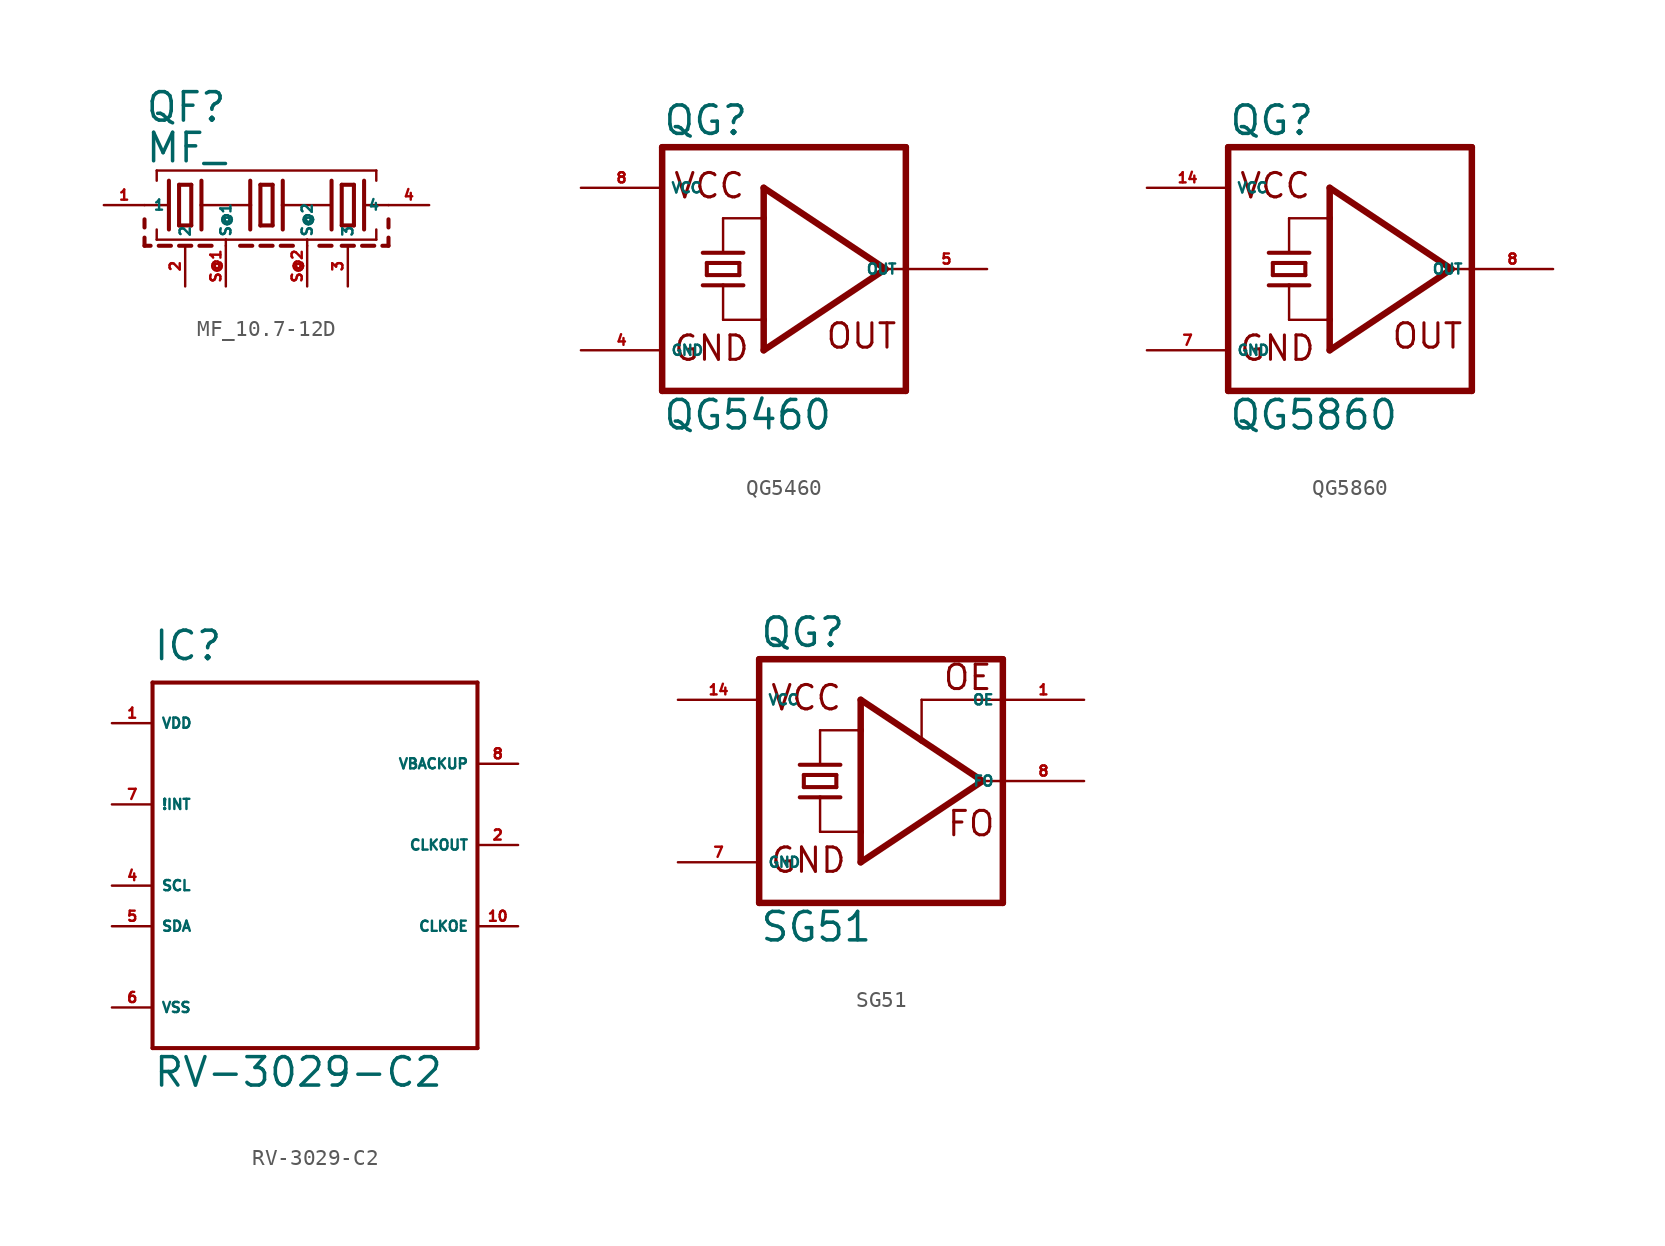
<source format=kicad_sym>
(kicad_symbol_lib
  (version 20220914)
  (generator Eagle2Kicad)
  (symbol "MF_10.7-12D"
    (property "Reference" "QF"
      (at -7.62 5.08 0)
      (effects (font (size 1.778 1.778) (thickness 0.22)) (justify left bottom)))
    (property "Value" "MF_"
      (at -7.62 2.54 0)
      (effects (font (size 1.778 1.778) (thickness 0.22)) (justify left bottom)))
    (polyline
      (pts (xy 6.096 0) (xy 7.62 0))
      (stroke (width 0.152) (type default))
      (fill (type none)))
    (polyline
      (pts (xy -7.62 0) (xy -6.096 0))
      (stroke (width 0.152) (type default))
      (fill (type none)))
    (polyline
      (pts (xy -0.381 1.27) (xy -0.381 -1.27))
      (stroke (width 0.254) (type default))
      (fill (type none)))
    (polyline
      (pts (xy -0.381 -1.27) (xy 0.381 -1.27))
      (stroke (width 0.254) (type default))
      (fill (type none)))
    (polyline
      (pts (xy 0.381 -1.27) (xy 0.381 1.27))
      (stroke (width 0.254) (type default))
      (fill (type none)))
    (polyline
      (pts (xy 0.381 1.27) (xy -0.381 1.27))
      (stroke (width 0.254) (type default))
      (fill (type none)))
    (polyline
      (pts (xy 6.096 1.524) (xy 6.096 -1.524))
      (stroke (width 0.254) (type default))
      (fill (type none)))
    (polyline
      (pts (xy -6.096 1.524) (xy -6.096 -1.524))
      (stroke (width 0.254) (type default))
      (fill (type none)))
    (polyline
      (pts (xy -6.858 1.524) (xy -6.858 2.159))
      (stroke (width 0.152) (type default))
      (fill (type none)))
    (polyline
      (pts (xy -6.858 2.159) (xy 6.858 2.159))
      (stroke (width 0.152) (type default))
      (fill (type none)))
    (polyline
      (pts (xy 6.858 2.159) (xy 6.858 1.524))
      (stroke (width 0.152) (type default))
      (fill (type none)))
    (polyline
      (pts (xy 6.858 -1.524) (xy 6.858 -2.159))
      (stroke (width 0.152) (type default))
      (fill (type none)))
    (polyline
      (pts (xy -6.858 -2.159) (xy -2.54 -2.159))
      (stroke (width 0.152) (type default))
      (fill (type none)))
    (polyline
      (pts (xy -2.54 -2.159) (xy 2.54 -2.159))
      (stroke (width 0.152) (type default))
      (fill (type none)))
    (polyline
      (pts (xy 2.54 -2.159) (xy 6.858 -2.159))
      (stroke (width 0.152) (type default))
      (fill (type none)))
    (polyline
      (pts (xy -6.858 -2.159) (xy -6.858 -1.524))
      (stroke (width 0.152) (type default))
      (fill (type none)))
    (polyline
      (pts (xy -1.016 1.524) (xy -1.016 0))
      (stroke (width 0.254) (type default))
      (fill (type none)))
    (polyline
      (pts (xy -1.016 0) (xy -1.016 -1.524))
      (stroke (width 0.254) (type default))
      (fill (type none)))
    (polyline
      (pts (xy 1.016 1.524) (xy 1.016 0))
      (stroke (width 0.254) (type default))
      (fill (type none)))
    (polyline
      (pts (xy 1.016 0) (xy 1.016 -1.524))
      (stroke (width 0.254) (type default))
      (fill (type none)))
    (polyline
      (pts (xy -4.699 1.27) (xy -5.461 1.27))
      (stroke (width 0.254) (type default))
      (fill (type none)))
    (polyline
      (pts (xy -5.461 -1.27) (xy -4.699 -1.27))
      (stroke (width 0.254) (type default))
      (fill (type none)))
    (polyline
      (pts (xy -5.461 1.27) (xy -5.461 -1.27))
      (stroke (width 0.254) (type default))
      (fill (type none)))
    (polyline
      (pts (xy -4.699 -1.27) (xy -4.699 1.27))
      (stroke (width 0.254) (type default))
      (fill (type none)))
    (polyline
      (pts (xy 5.461 -1.27) (xy 5.461 1.27))
      (stroke (width 0.254) (type default))
      (fill (type none)))
    (polyline
      (pts (xy 4.699 1.27) (xy 4.699 -1.27))
      (stroke (width 0.254) (type default))
      (fill (type none)))
    (polyline
      (pts (xy 5.461 1.27) (xy 4.699 1.27))
      (stroke (width 0.254) (type default))
      (fill (type none)))
    (polyline
      (pts (xy 4.699 -1.27) (xy 5.461 -1.27))
      (stroke (width 0.254) (type default))
      (fill (type none)))
    (polyline
      (pts (xy 4.064 1.524) (xy 4.064 -1.524))
      (stroke (width 0.254) (type default))
      (fill (type none)))
    (polyline
      (pts (xy -4.064 1.524) (xy -4.064 0))
      (stroke (width 0.254) (type default))
      (fill (type none)))
    (polyline
      (pts (xy -4.064 0) (xy -4.064 -1.524))
      (stroke (width 0.254) (type default))
      (fill (type none)))
    (polyline
      (pts (xy -4.064 0) (xy -1.016 0))
      (stroke (width 0.152) (type default))
      (fill (type none)))
    (polyline
      (pts (xy 1.016 0) (xy 4.064 0))
      (stroke (width 0.152) (type default))
      (fill (type none)))
    (polyline
      (pts (xy -7.62 -2.032) (xy -7.62 -2.54))
      (stroke (width 0.254) (type default))
      (fill (type none)))
    (polyline
      (pts (xy -7.62 -2.54) (xy -7.239 -2.54))
      (stroke (width 0.254) (type default))
      (fill (type none)))
    (polyline
      (pts (xy -5.461 -2.54) (xy -4.699 -2.54))
      (stroke (width 0.254) (type default))
      (fill (type none)))
    (polyline
      (pts (xy -6.731 -2.54) (xy -5.969 -2.54))
      (stroke (width 0.254) (type default))
      (fill (type none)))
    (polyline
      (pts (xy 4.699 -2.54) (xy 5.461 -2.54))
      (stroke (width 0.254) (type default))
      (fill (type none)))
    (polyline
      (pts (xy -4.191 -2.54) (xy -3.429 -2.54))
      (stroke (width 0.254) (type default))
      (fill (type none)))
    (polyline
      (pts (xy -1.651 -2.54) (xy -0.889 -2.54))
      (stroke (width 0.254) (type default))
      (fill (type none)))
    (polyline
      (pts (xy -0.381 -2.54) (xy 0.381 -2.54))
      (stroke (width 0.254) (type default))
      (fill (type none)))
    (polyline
      (pts (xy 0.889 -2.54) (xy 1.651 -2.54))
      (stroke (width 0.254) (type default))
      (fill (type none)))
    (polyline
      (pts (xy 3.302 -2.54) (xy 4.064 -2.54))
      (stroke (width 0.254) (type default))
      (fill (type none)))
    (polyline
      (pts (xy -2.54 -2.54) (xy -2.54 -2.159))
      (stroke (width 0.152) (type default))
      (fill (type none)))
    (polyline
      (pts (xy 2.54 -2.54) (xy 2.54 -2.159))
      (stroke (width 0.152) (type default))
      (fill (type none)))
    (polyline
      (pts (xy 7.62 -2.54) (xy 7.239 -2.54))
      (stroke (width 0.254) (type default))
      (fill (type none)))
    (polyline
      (pts (xy 6.731 -2.54) (xy 5.969 -2.54))
      (stroke (width 0.254) (type default))
      (fill (type none)))
    (polyline
      (pts (xy 7.62 -2.032) (xy 7.62 -2.54))
      (stroke (width 0.254) (type default))
      (fill (type none)))
    (polyline
      (pts (xy -7.62 -0.889) (xy -7.62 -1.397))
      (stroke (width 0.254) (type default))
      (fill (type none)))
    (polyline
      (pts (xy 7.62 -0.889) (xy 7.62 -1.397))
      (stroke (width 0.254) (type default))
      (fill (type none)))
    (pin passive line
      (at 10.16 0 180)
      (length 2.54)
      (name "4" (effects (font (size 0.635 0.635) (thickness 0.08)) (justify left bottom)))
      (number "4" (effects (font (size 0.635 0.635) (thickness 0.08)) (justify left bottom))))
    (pin passive line
      (at -10.16 0 0)
      (length 2.54)
      (name "1" (effects (font (size 0.635 0.635) (thickness 0.08)) (justify left bottom)))
      (number "1" (effects (font (size 0.635 0.635) (thickness 0.08)) (justify left bottom))))
    (pin passive line
      (at -5.08 -5.08 90)
      (length 2.54)
      (name "2" (effects (font (size 0.635 0.635) (thickness 0.08)) (justify left bottom)))
      (number "2" (effects (font (size 0.635 0.635) (thickness 0.08)) (justify left bottom))))
    (pin passive line
      (at 5.08 -5.08 90)
      (length 2.54)
      (name "3" (effects (font (size 0.635 0.635) (thickness 0.08)) (justify left bottom)))
      (number "3" (effects (font (size 0.635 0.635) (thickness 0.08)) (justify left bottom))))
    (pin passive line
      (at -2.54 -5.08 90)
      (length 2.54)
      (name "S@1" (effects (font (size 0.635 0.635) (thickness 0.08)) (justify left bottom)))
      (number "S@1" (effects (font (size 0.635 0.635) (thickness 0.08)) (justify left bottom))))
    (pin passive line
      (at 2.54 -5.08 90)
      (length 2.54)
      (name "S@2" (effects (font (size 0.635 0.635) (thickness 0.08)) (justify left bottom)))
      (number "S@2" (effects (font (size 0.635 0.635) (thickness 0.08)) (justify left bottom)))))
  (symbol "QG5460"
    (property "Reference" "QG"
      (at -7.62 8.255 0)
      (effects (font (size 1.778 1.778) (thickness 0.22)) (justify left bottom)))
    (property "Value" "QG5460"
      (at -7.62 -10.16 0)
      (effects (font (size 1.778 1.778) (thickness 0.22)) (justify left bottom)))
    (polyline
      (pts (xy -7.62 7.62) (xy -7.62 -7.62))
      (stroke (width 0.406) (type default))
      (fill (type none)))
    (polyline
      (pts (xy 7.62 -7.62) (xy -7.62 -7.62))
      (stroke (width 0.406) (type default))
      (fill (type none)))
    (polyline
      (pts (xy 7.62 -7.62) (xy 7.62 0))
      (stroke (width 0.406) (type default))
      (fill (type none)))
    (polyline
      (pts (xy 7.62 0) (xy 7.62 7.62))
      (stroke (width 0.406) (type default))
      (fill (type none)))
    (polyline
      (pts (xy -7.62 7.62) (xy 7.62 7.62))
      (stroke (width 0.406) (type default))
      (fill (type none)))
    (polyline
      (pts (xy -4.826 -0.381) (xy -4.826 0.381))
      (stroke (width 0.254) (type default))
      (fill (type none)))
    (polyline
      (pts (xy -4.826 0.381) (xy -2.794 0.381))
      (stroke (width 0.254) (type default))
      (fill (type none)))
    (polyline
      (pts (xy -2.794 0.381) (xy -2.794 -0.381))
      (stroke (width 0.254) (type default))
      (fill (type none)))
    (polyline
      (pts (xy -4.826 -0.381) (xy -2.794 -0.381))
      (stroke (width 0.254) (type default))
      (fill (type none)))
    (polyline
      (pts (xy -5.08 -1.016) (xy -3.81 -1.016))
      (stroke (width 0.254) (type default))
      (fill (type none)))
    (polyline
      (pts (xy -3.81 -1.016) (xy -2.54 -1.016))
      (stroke (width 0.254) (type default))
      (fill (type none)))
    (polyline
      (pts (xy -3.81 1.016) (xy -3.81 3.175))
      (stroke (width 0.152) (type default))
      (fill (type none)))
    (polyline
      (pts (xy -3.81 -3.175) (xy -3.81 -1.016))
      (stroke (width 0.152) (type default))
      (fill (type none)))
    (polyline
      (pts (xy -1.27 5.08) (xy 6.35 0))
      (stroke (width 0.406) (type default))
      (fill (type none)))
    (polyline
      (pts (xy 6.35 0) (xy -1.27 -5.08))
      (stroke (width 0.406) (type default))
      (fill (type none)))
    (polyline
      (pts (xy -1.27 -5.08) (xy -1.27 -3.175))
      (stroke (width 0.406) (type default))
      (fill (type none)))
    (polyline
      (pts (xy -1.27 -3.175) (xy -1.27 3.175))
      (stroke (width 0.406) (type default))
      (fill (type none)))
    (polyline
      (pts (xy -1.27 3.175) (xy -1.27 5.08))
      (stroke (width 0.406) (type default))
      (fill (type none)))
    (polyline
      (pts (xy -3.81 3.175) (xy -1.27 3.175))
      (stroke (width 0.152) (type default))
      (fill (type none)))
    (polyline
      (pts (xy -3.81 -3.175) (xy -1.27 -3.175))
      (stroke (width 0.152) (type default))
      (fill (type none)))
    (polyline
      (pts (xy 6.35 0) (xy 7.62 0))
      (stroke (width 0.152) (type default))
      (fill (type none)))
    (polyline
      (pts (xy -5.08 1.016) (xy -2.54 1.016))
      (stroke (width 0.254) (type default))
      (fill (type none)))
    (text "GND"
      (at -6.985 -5.842 0)
      (effects (font (size 1.524 1.524) (thickness 0.19)) (justify left bottom)))
    (text "VCC"
      (at -6.985 4.318 0)
      (effects (font (size 1.524 1.524) (thickness 0.19)) (justify left bottom)))
    (text "OUT"
      (at 2.54 -5.08 0)
      (effects (font (size 1.524 1.524) (thickness 0.19)) (justify left bottom)))
    (pin unspecified line
      (at -12.7 -5.08 0)
      (length 5.08)
      (name "GND" (effects (font (size 0.635 0.635) (thickness 0.08)) (justify left bottom)))
      (number "4" (effects (font (size 0.635 0.635) (thickness 0.08)) (justify left bottom))))
    (pin unspecified line
      (at -12.7 5.08 0)
      (length 5.08)
      (name "VCC" (effects (font (size 0.635 0.635) (thickness 0.08)) (justify left bottom)))
      (number "8" (effects (font (size 0.635 0.635) (thickness 0.08)) (justify left bottom))))
    (pin output line
      (at 12.7 0 180)
      (length 5.08)
      (name "OUT" (effects (font (size 0.635 0.635) (thickness 0.08)) (justify left bottom)))
      (number "5" (effects (font (size 0.635 0.635) (thickness 0.08)) (justify left bottom)))))
  (symbol "QG5860"
    (property "Reference" "QG"
      (at -7.62 8.255 0)
      (effects (font (size 1.778 1.778) (thickness 0.22)) (justify left bottom)))
    (property "Value" "QG5860"
      (at -7.62 -10.16 0)
      (effects (font (size 1.778 1.778) (thickness 0.22)) (justify left bottom)))
    (polyline
      (pts (xy -7.62 7.62) (xy -7.62 -7.62))
      (stroke (width 0.406) (type default))
      (fill (type none)))
    (polyline
      (pts (xy 7.62 -7.62) (xy -7.62 -7.62))
      (stroke (width 0.406) (type default))
      (fill (type none)))
    (polyline
      (pts (xy 7.62 -7.62) (xy 7.62 0))
      (stroke (width 0.406) (type default))
      (fill (type none)))
    (polyline
      (pts (xy 7.62 0) (xy 7.62 7.62))
      (stroke (width 0.406) (type default))
      (fill (type none)))
    (polyline
      (pts (xy -7.62 7.62) (xy 7.62 7.62))
      (stroke (width 0.406) (type default))
      (fill (type none)))
    (polyline
      (pts (xy -4.826 -0.381) (xy -4.826 0.381))
      (stroke (width 0.254) (type default))
      (fill (type none)))
    (polyline
      (pts (xy -4.826 0.381) (xy -2.794 0.381))
      (stroke (width 0.254) (type default))
      (fill (type none)))
    (polyline
      (pts (xy -2.794 0.381) (xy -2.794 -0.381))
      (stroke (width 0.254) (type default))
      (fill (type none)))
    (polyline
      (pts (xy -4.826 -0.381) (xy -2.794 -0.381))
      (stroke (width 0.254) (type default))
      (fill (type none)))
    (polyline
      (pts (xy -5.08 -1.016) (xy -3.81 -1.016))
      (stroke (width 0.254) (type default))
      (fill (type none)))
    (polyline
      (pts (xy -3.81 -1.016) (xy -2.54 -1.016))
      (stroke (width 0.254) (type default))
      (fill (type none)))
    (polyline
      (pts (xy -3.81 1.016) (xy -3.81 3.175))
      (stroke (width 0.152) (type default))
      (fill (type none)))
    (polyline
      (pts (xy -3.81 -3.175) (xy -3.81 -1.016))
      (stroke (width 0.152) (type default))
      (fill (type none)))
    (polyline
      (pts (xy -1.27 5.08) (xy 6.35 0))
      (stroke (width 0.406) (type default))
      (fill (type none)))
    (polyline
      (pts (xy 6.35 0) (xy -1.27 -5.08))
      (stroke (width 0.406) (type default))
      (fill (type none)))
    (polyline
      (pts (xy -1.27 -5.08) (xy -1.27 -3.175))
      (stroke (width 0.406) (type default))
      (fill (type none)))
    (polyline
      (pts (xy -1.27 -3.175) (xy -1.27 3.175))
      (stroke (width 0.406) (type default))
      (fill (type none)))
    (polyline
      (pts (xy -1.27 3.175) (xy -1.27 5.08))
      (stroke (width 0.406) (type default))
      (fill (type none)))
    (polyline
      (pts (xy -3.81 3.175) (xy -1.27 3.175))
      (stroke (width 0.152) (type default))
      (fill (type none)))
    (polyline
      (pts (xy -3.81 -3.175) (xy -1.27 -3.175))
      (stroke (width 0.152) (type default))
      (fill (type none)))
    (polyline
      (pts (xy 6.35 0) (xy 7.62 0))
      (stroke (width 0.152) (type default))
      (fill (type none)))
    (polyline
      (pts (xy -5.08 1.016) (xy -2.54 1.016))
      (stroke (width 0.254) (type default))
      (fill (type none)))
    (text "GND"
      (at -6.985 -5.842 0)
      (effects (font (size 1.524 1.524) (thickness 0.19)) (justify left bottom)))
    (text "VCC"
      (at -6.985 4.318 0)
      (effects (font (size 1.524 1.524) (thickness 0.19)) (justify left bottom)))
    (text "OUT"
      (at 2.54 -5.08 0)
      (effects (font (size 1.524 1.524) (thickness 0.19)) (justify left bottom)))
    (pin unspecified line
      (at -12.7 -5.08 0)
      (length 5.08)
      (name "GND" (effects (font (size 0.635 0.635) (thickness 0.08)) (justify left bottom)))
      (number "7" (effects (font (size 0.635 0.635) (thickness 0.08)) (justify left bottom))))
    (pin unspecified line
      (at -12.7 5.08 0)
      (length 5.08)
      (name "VCC" (effects (font (size 0.635 0.635) (thickness 0.08)) (justify left bottom)))
      (number "14" (effects (font (size 0.635 0.635) (thickness 0.08)) (justify left bottom))))
    (pin output line
      (at 12.7 0 180)
      (length 5.08)
      (name "OUT" (effects (font (size 0.635 0.635) (thickness 0.08)) (justify left bottom)))
      (number "8" (effects (font (size 0.635 0.635) (thickness 0.08)) (justify left bottom)))))
  (symbol "RV-3029-C2"
    (property "Reference" "IC"
      (at -10.16 11.43 0)
      (effects (font (size 1.778 1.778) (thickness 0.22)) (justify left bottom)))
    (property "Value" "RV-3029-C2"
      (at -10.16 -15.24 0)
      (effects (font (size 1.778 1.778) (thickness 0.22)) (justify left bottom)))
    (polyline
      (pts (xy -10.16 10.16) (xy -10.16 -12.7))
      (stroke (width 0.254) (type default))
      (fill (type none)))
    (polyline
      (pts (xy -10.16 -12.7) (xy 10.16 -12.7))
      (stroke (width 0.254) (type default))
      (fill (type none)))
    (polyline
      (pts (xy 10.16 -12.7) (xy 10.16 10.16))
      (stroke (width 0.254) (type default))
      (fill (type none)))
    (polyline
      (pts (xy 10.16 10.16) (xy -10.16 10.16))
      (stroke (width 0.254) (type default))
      (fill (type none)))
    (pin output line
      (at 12.7 0 180)
      (length 2.54)
      (name "CLKOUT" (effects (font (size 0.635 0.635) (thickness 0.08)) (justify left bottom)))
      (number "2" (effects (font (size 0.635 0.635) (thickness 0.08)) (justify left bottom))))
    (pin input line
      (at 12.7 -5.08 180)
      (length 2.54)
      (name "CLKOE" (effects (font (size 0.635 0.635) (thickness 0.08)) (justify left bottom)))
      (number "10" (effects (font (size 0.635 0.635) (thickness 0.08)) (justify left bottom))))
    (pin input line
      (at -12.7 2.54 0)
      (length 2.54)
      (name "!INT" (effects (font (size 0.635 0.635) (thickness 0.08)) (justify left bottom)))
      (number "7" (effects (font (size 0.635 0.635) (thickness 0.08)) (justify left bottom))))
    (pin input line
      (at -12.7 -2.54 0)
      (length 2.54)
      (name "SCL" (effects (font (size 0.635 0.635) (thickness 0.08)) (justify left bottom)))
      (number "4" (effects (font (size 0.635 0.635) (thickness 0.08)) (justify left bottom))))
    (pin bidirectional line
      (at -12.7 -5.08 0)
      (length 2.54)
      (name "SDA" (effects (font (size 0.635 0.635) (thickness 0.08)) (justify left bottom)))
      (number "5" (effects (font (size 0.635 0.635) (thickness 0.08)) (justify left bottom))))
    (pin unspecified line
      (at -12.7 -10.16 0)
      (length 2.54)
      (name "VSS" (effects (font (size 0.635 0.635) (thickness 0.08)) (justify left bottom)))
      (number "6" (effects (font (size 0.635 0.635) (thickness 0.08)) (justify left bottom))))
    (pin unspecified line
      (at -12.7 7.62 0)
      (length 2.54)
      (name "VDD" (effects (font (size 0.635 0.635) (thickness 0.08)) (justify left bottom)))
      (number "1" (effects (font (size 0.635 0.635) (thickness 0.08)) (justify left bottom))))
    (pin input line
      (at 12.7 5.08 180)
      (length 2.54)
      (name "VBACKUP" (effects (font (size 0.635 0.635) (thickness 0.08)) (justify left bottom)))
      (number "8" (effects (font (size 0.635 0.635) (thickness 0.08)) (justify left bottom)))))
  (symbol "SG51"
    (property "Reference" "QG"
      (at -7.62 8.255 0)
      (effects (font (size 1.778 1.778) (thickness 0.22)) (justify left bottom)))
    (property "Value" "SG51"
      (at -7.62 -10.16 0)
      (effects (font (size 1.778 1.778) (thickness 0.22)) (justify left bottom)))
    (polyline
      (pts (xy -7.62 7.62) (xy -7.62 -7.62))
      (stroke (width 0.406) (type default))
      (fill (type none)))
    (polyline
      (pts (xy 7.62 -7.62) (xy -7.62 -7.62))
      (stroke (width 0.406) (type default))
      (fill (type none)))
    (polyline
      (pts (xy 7.62 -7.62) (xy 7.62 0))
      (stroke (width 0.406) (type default))
      (fill (type none)))
    (polyline
      (pts (xy 7.62 0) (xy 7.62 5.08))
      (stroke (width 0.406) (type default))
      (fill (type none)))
    (polyline
      (pts (xy 7.62 5.08) (xy 7.62 7.62))
      (stroke (width 0.406) (type default))
      (fill (type none)))
    (polyline
      (pts (xy -7.62 7.62) (xy 7.62 7.62))
      (stroke (width 0.406) (type default))
      (fill (type none)))
    (polyline
      (pts (xy -1.27 5.08) (xy 2.54 2.54))
      (stroke (width 0.406) (type default))
      (fill (type none)))
    (polyline
      (pts (xy 2.54 2.54) (xy 6.35 0))
      (stroke (width 0.406) (type default))
      (fill (type none)))
    (polyline
      (pts (xy 6.35 0) (xy -1.27 -5.08))
      (stroke (width 0.406) (type default))
      (fill (type none)))
    (polyline
      (pts (xy -1.27 -5.08) (xy -1.27 -3.175))
      (stroke (width 0.406) (type default))
      (fill (type none)))
    (polyline
      (pts (xy -1.27 -3.175) (xy -1.27 3.175))
      (stroke (width 0.406) (type default))
      (fill (type none)))
    (polyline
      (pts (xy -1.27 3.175) (xy -1.27 5.08))
      (stroke (width 0.406) (type default))
      (fill (type none)))
    (polyline
      (pts (xy -3.81 3.175) (xy -1.27 3.175))
      (stroke (width 0.152) (type default))
      (fill (type none)))
    (polyline
      (pts (xy -3.81 -3.175) (xy -1.27 -3.175))
      (stroke (width 0.152) (type default))
      (fill (type none)))
    (polyline
      (pts (xy 6.35 0) (xy 7.62 0))
      (stroke (width 0.152) (type default))
      (fill (type none)))
    (polyline
      (pts (xy 7.62 5.08) (xy 2.54 5.08))
      (stroke (width 0.152) (type default))
      (fill (type none)))
    (polyline
      (pts (xy 2.54 5.08) (xy 2.54 2.54))
      (stroke (width 0.152) (type default))
      (fill (type none)))
    (polyline
      (pts (xy -4.826 -0.381) (xy -4.826 0.381))
      (stroke (width 0.254) (type default))
      (fill (type none)))
    (polyline
      (pts (xy -4.826 0.381) (xy -2.794 0.381))
      (stroke (width 0.254) (type default))
      (fill (type none)))
    (polyline
      (pts (xy -2.794 0.381) (xy -2.794 -0.381))
      (stroke (width 0.254) (type default))
      (fill (type none)))
    (polyline
      (pts (xy -4.826 -0.381) (xy -2.794 -0.381))
      (stroke (width 0.254) (type default))
      (fill (type none)))
    (polyline
      (pts (xy -5.08 -1.016) (xy -3.81 -1.016))
      (stroke (width 0.254) (type default))
      (fill (type none)))
    (polyline
      (pts (xy -3.81 -1.016) (xy -2.54 -1.016))
      (stroke (width 0.254) (type default))
      (fill (type none)))
    (polyline
      (pts (xy -3.81 1.016) (xy -3.81 3.175))
      (stroke (width 0.152) (type default))
      (fill (type none)))
    (polyline
      (pts (xy -3.81 -3.175) (xy -3.81 -1.016))
      (stroke (width 0.152) (type default))
      (fill (type none)))
    (polyline
      (pts (xy -5.08 1.016) (xy -2.54 1.016))
      (stroke (width 0.254) (type default))
      (fill (type none)))
    (text "GND"
      (at -6.985 -5.842 0)
      (effects (font (size 1.524 1.524) (thickness 0.19)) (justify left bottom)))
    (text "VCC"
      (at -6.985 4.318 0)
      (effects (font (size 1.524 1.524) (thickness 0.19)) (justify left bottom)))
    (text "FO"
      (at 4.064 -3.556 0)
      (effects (font (size 1.524 1.524) (thickness 0.19)) (justify left bottom)))
    (text "OE"
      (at 3.81 5.588 0)
      (effects (font (size 1.524 1.524) (thickness 0.19)) (justify left bottom)))
    (pin unspecified line
      (at -12.7 -5.08 0)
      (length 5.08)
      (name "GND" (effects (font (size 0.635 0.635) (thickness 0.08)) (justify left bottom)))
      (number "7" (effects (font (size 0.635 0.635) (thickness 0.08)) (justify left bottom))))
    (pin unspecified line
      (at -12.7 5.08 0)
      (length 5.08)
      (name "VCC" (effects (font (size 0.635 0.635) (thickness 0.08)) (justify left bottom)))
      (number "14" (effects (font (size 0.635 0.635) (thickness 0.08)) (justify left bottom))))
    (pin output line
      (at 12.7 0 180)
      (length 5.08)
      (name "FO" (effects (font (size 0.635 0.635) (thickness 0.08)) (justify left bottom)))
      (number "8" (effects (font (size 0.635 0.635) (thickness 0.08)) (justify left bottom))))
    (pin input line
      (at 12.7 5.08 180)
      (length 5.08)
      (name "OE" (effects (font (size 0.635 0.635) (thickness 0.08)) (justify left bottom)))
      (number "1" (effects (font (size 0.635 0.635) (thickness 0.08)) (justify left bottom))))))
</source>
